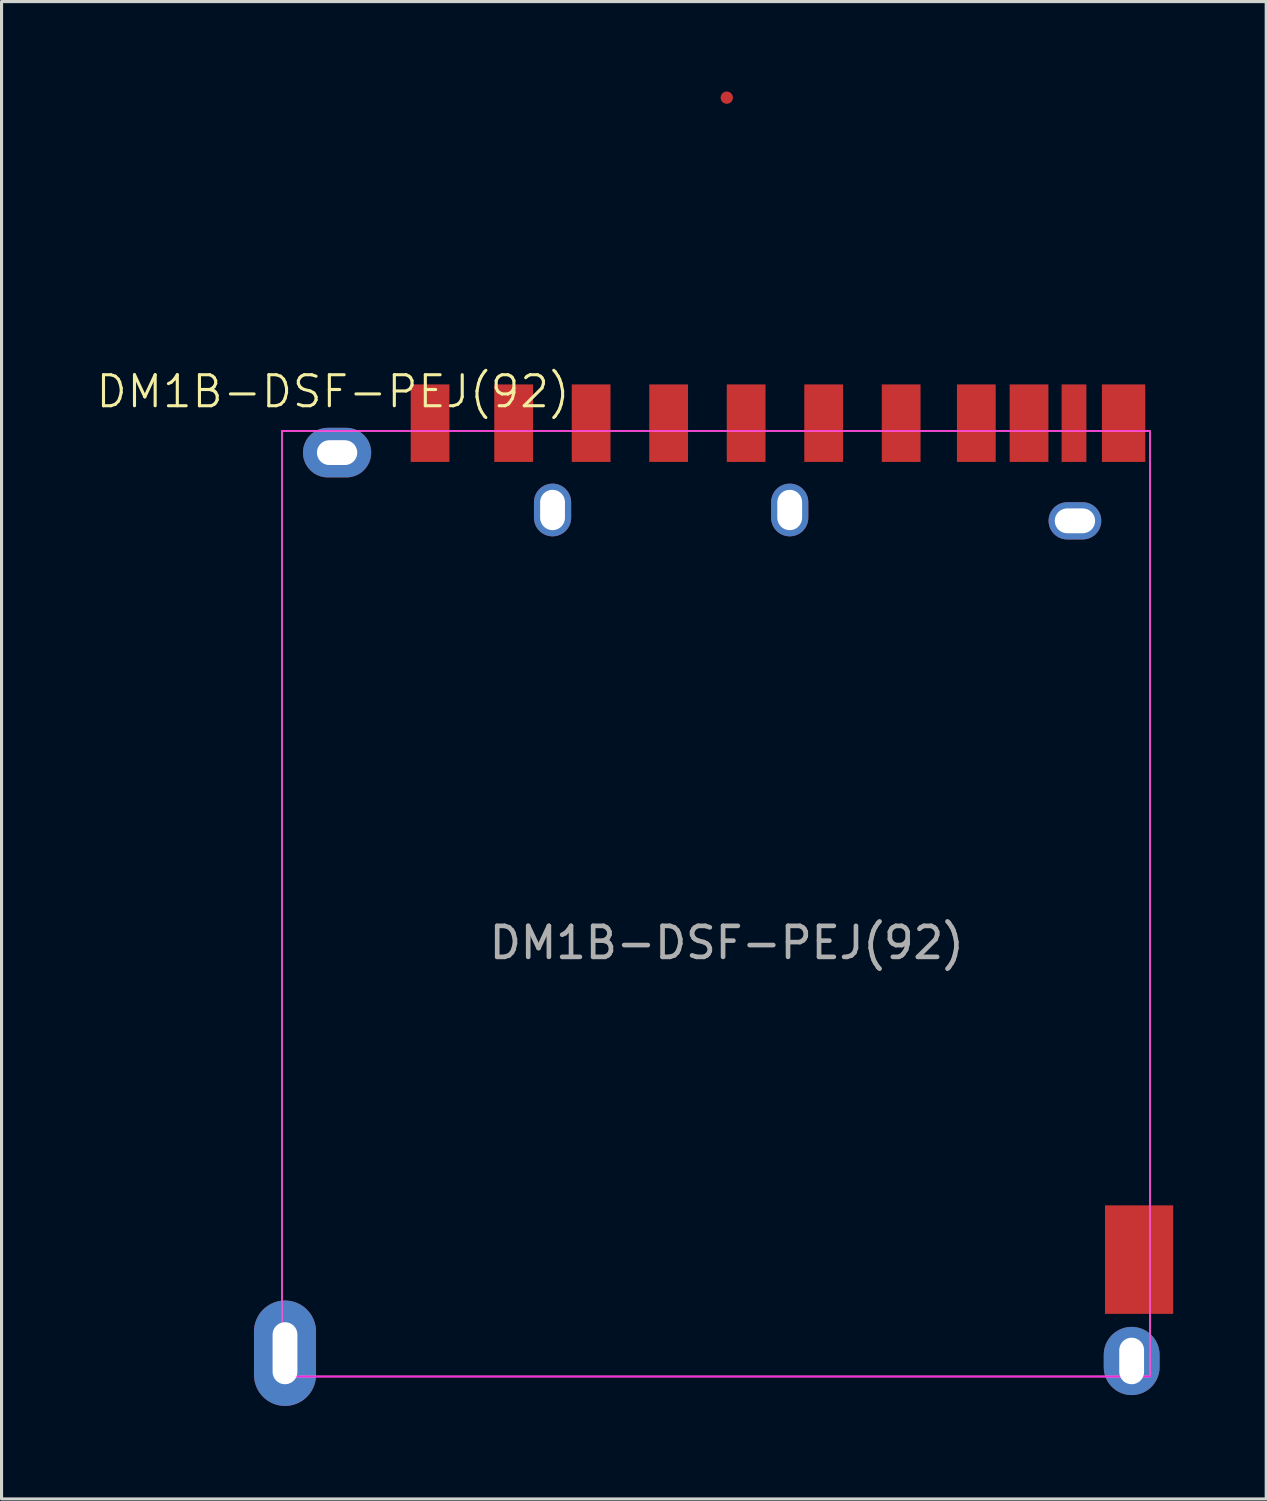
<source format=kicad_pcb>
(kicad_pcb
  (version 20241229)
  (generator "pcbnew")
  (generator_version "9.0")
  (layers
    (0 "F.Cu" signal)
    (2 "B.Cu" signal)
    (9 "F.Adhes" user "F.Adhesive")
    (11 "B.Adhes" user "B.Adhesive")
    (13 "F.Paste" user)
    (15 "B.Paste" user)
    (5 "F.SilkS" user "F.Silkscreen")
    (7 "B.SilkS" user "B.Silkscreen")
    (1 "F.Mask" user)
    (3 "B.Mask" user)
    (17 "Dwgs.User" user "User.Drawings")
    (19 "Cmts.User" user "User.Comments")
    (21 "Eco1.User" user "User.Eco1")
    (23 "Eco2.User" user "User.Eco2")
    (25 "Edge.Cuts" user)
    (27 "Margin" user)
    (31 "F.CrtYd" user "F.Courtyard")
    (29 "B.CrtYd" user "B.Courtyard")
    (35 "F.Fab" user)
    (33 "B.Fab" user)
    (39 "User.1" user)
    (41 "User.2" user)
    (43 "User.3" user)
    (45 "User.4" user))
  (footprint "DM1B-DSF-PEJ(92)"
    (layer "F.Cu")
    (at 20.393 12.35)
    (property "Reference" "DM1B-DSF-PEJ(92)" (at -12.7 -2.77 0) (unlocked yes) (layer "F.SilkS") (effects (font (size 1 1) (thickness 0.1))))
    (attr smd)
    (fp_circle (center 0 -12.25) (end 0 -12.25) (stroke (width 0.2) (type default)) (fill no) (layer "F.Cu"))
    (fp_rect (start -14.35 -1.5) (end 13.65 29) (stroke (width 0.05) (type default)) (fill no) (layer "F.SilkS"))
    (fp_rect (start -14.35 -1.5) (end 13.65 29) (stroke (width 0.05) (type default)) (fill no) (layer "F.CrtYd"))
    (fp_rect (start 13.65 29) (end -14.35 29) (stroke (width 0.05) (type default)) (fill no) (layer "F.CrtYd"))
    (fp_text user "${REFERENCE}" (at 0 15.01 0) (unlocked yes) (layer "F.Fab") (effects (font (size 1 1) (thickness 0.15))))
    (pad "1" smd rect (at -6.875 -1.75) (size 1.25 2.5) (layers "F.Cu" "F.Mask" "F.Paste"))
    (pad "2" smd rect (at -4.375 -1.75) (size 1.25 2.5) (layers "F.Cu" "F.Mask" "F.Paste"))
    (pad "3" smd rect (at -1.875 -1.75) (size 1.25 2.5) (layers "F.Cu" "F.Mask" "F.Paste"))
    (pad "4" smd rect (at 0.625 -1.75) (size 1.25 2.5) (layers "F.Cu" "F.Mask" "F.Paste"))
    (pad "5" smd rect (at 3.125 -1.75) (size 1.25 2.5) (layers "F.Cu" "F.Mask" "F.Paste"))
    (pad "6" smd rect (at 5.625 -1.75) (size 1.25 2.5) (layers "F.Cu" "F.Mask" "F.Paste"))
    (pad "7" smd rect (at 8.05 -1.75) (size 1.25 2.5) (layers "F.Cu" "F.Mask" "F.Paste"))
    (pad "8" smd rect (at 9.75 -1.75) (size 1.25 2.5) (layers "F.Cu" "F.Mask" "F.Paste"))
    (pad "9" smd rect (at -9.57 -1.75) (size 1.25 2.5) (layers "F.Cu" "F.Mask" "F.Paste"))
    (pad "10" smd rect (at 12.8 -1.75) (size 1.4 2.5) (layers "F.Cu" "F.Mask" "F.Paste"))
    (pad "11" smd rect (at 11.2 -1.75) (size 0.8 2.5) (layers "F.Cu" "F.Mask" "F.Paste"))
    (pad "12" smd rect (at 13.3 25.23) (size 2.2 3.5) (layers "F.Cu" "F.Mask" "F.Paste"))
    (pad "13" thru_hole oval (at -12.57 -0.8 90) (size 1.6 2.2) (drill oval 0.8 1.3) (layers "*.Cu" "*.Mask"))
    (pad "14" thru_hole oval (at -5.62 1.05) (size 1.2 1.7) (drill oval 0.8 1.3) (layers "*.Cu" "*.Mask"))
    (pad "15" thru_hole oval (at 2.03 1.05) (size 1.2 1.7) (drill oval 0.8 1.3) (layers "*.Cu" "*.Mask"))
    (pad "16" thru_hole oval (at 11.23 1.4 90) (size 1.2 1.7) (drill oval 0.8 1.3) (layers "*.Cu" "*.Mask"))
    (pad "17" thru_hole oval (at -14.25 28.25) (size 2 3.4) (drill oval 0.8 2) (layers "*.Cu" "*.Mask"))
    (pad "18" thru_hole oval (at 13.06 28.5) (size 1.8 2.2) (drill oval 0.8 1.5) (layers "*.Cu" "*.Mask")))
  (gr_rect
    (start -3 -3)
    (end 37.793 45.3)
    (stroke (width 0.1) (type default))
    (fill no)
    (layer "Edge.Cuts")))
</source>
